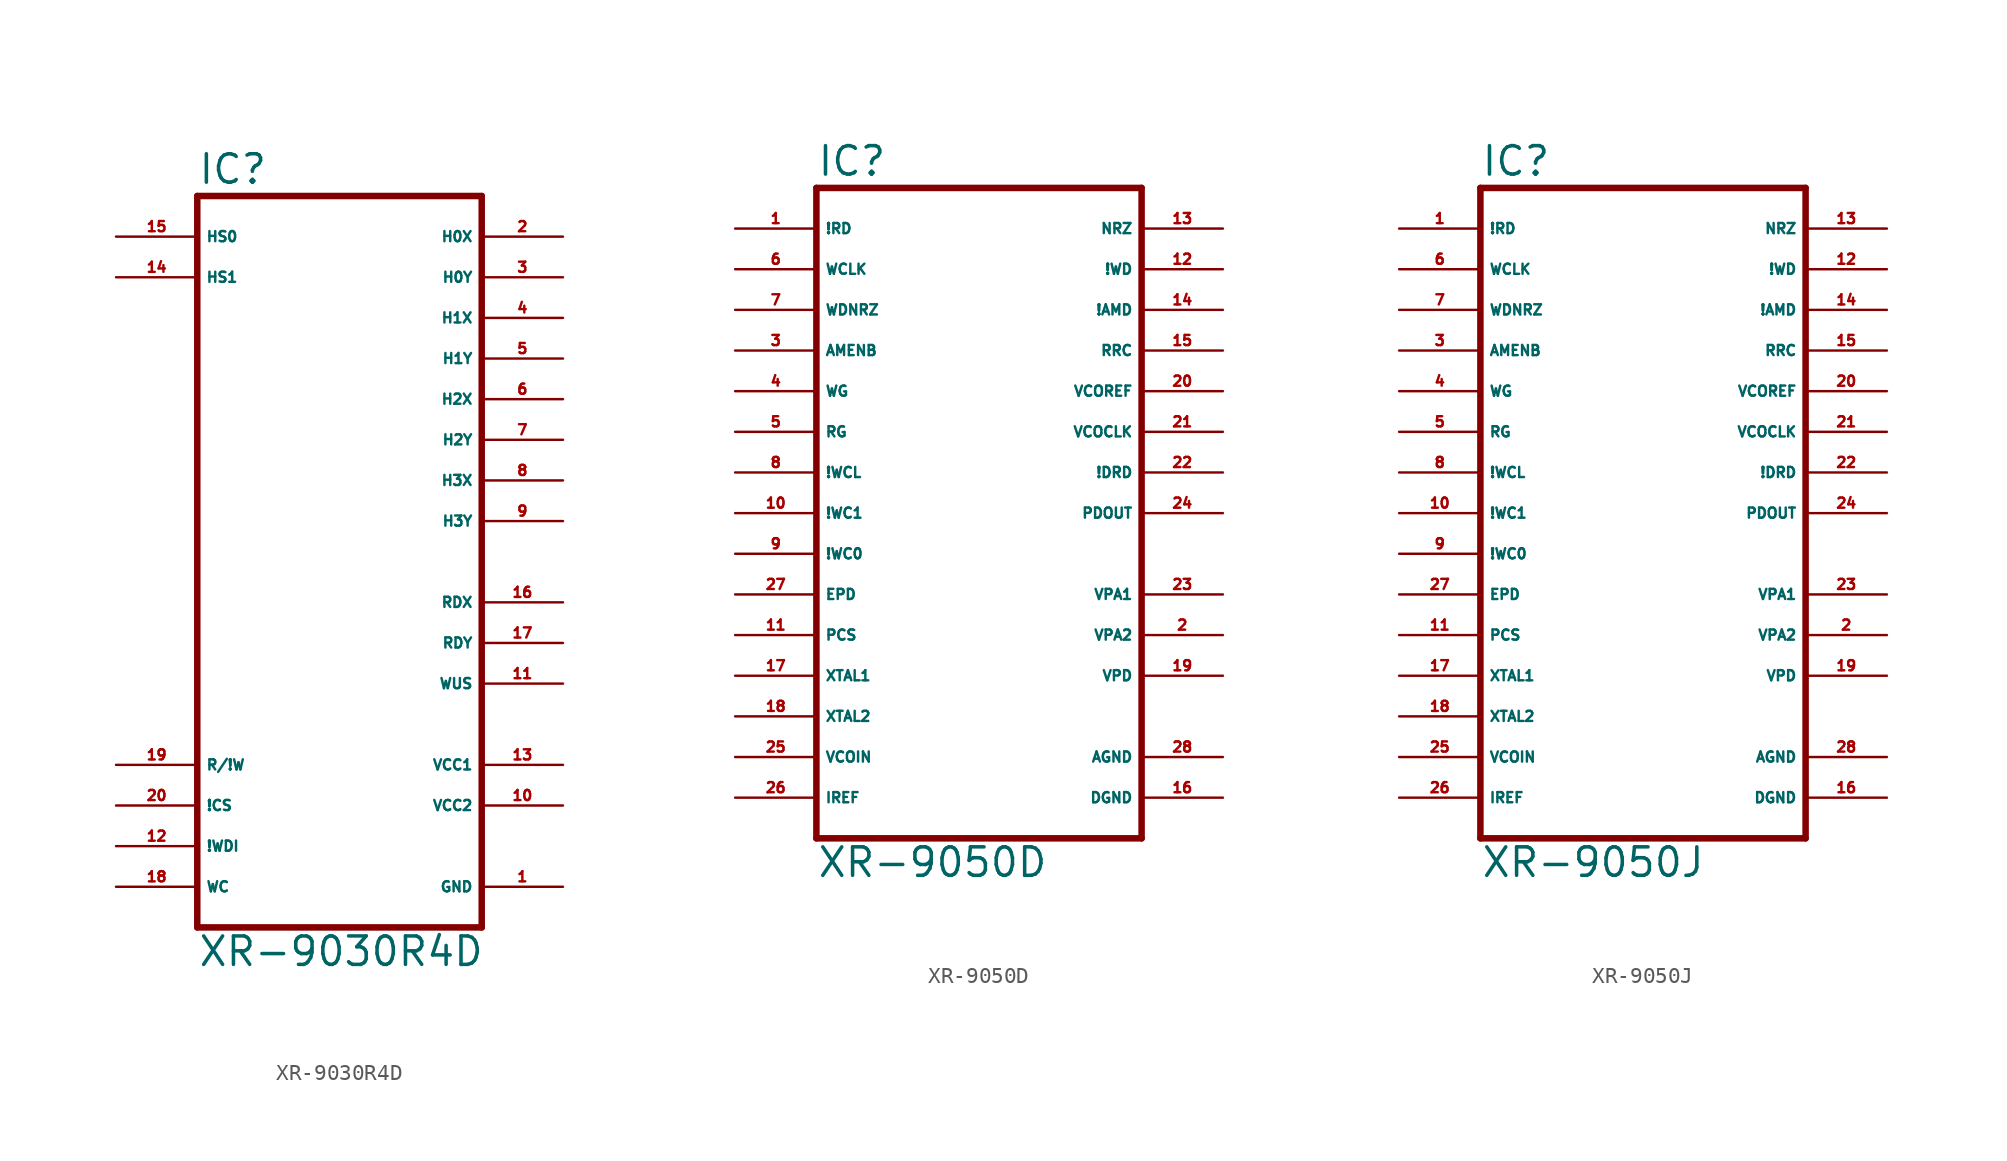
<source format=kicad_sym>
(kicad_symbol_lib
  (version 20220914)
  (generator Eagle2Kicad)
  (symbol "XR-9030R4D"
    (property "Reference" "IC"
      (at -7.62 26.035 0)
      (effects (font (size 1.778 1.778) (thickness 0.22)) (justify left bottom)))
    (property "Value" "XR-9030R4D"
      (at -7.62 -22.86 0)
      (effects (font (size 1.778 1.778) (thickness 0.22)) (justify left bottom)))
    (polyline
      (pts (xy 10.16 -20.32) (xy -7.62 -20.32))
      (stroke (width 0.406) (type default))
      (fill (type none)))
    (polyline
      (pts (xy -7.62 -20.32) (xy -7.62 25.4))
      (stroke (width 0.406) (type default))
      (fill (type none)))
    (polyline
      (pts (xy -7.62 25.4) (xy 10.16 25.4))
      (stroke (width 0.406) (type default))
      (fill (type none)))
    (polyline
      (pts (xy 10.16 25.4) (xy 10.16 -20.32))
      (stroke (width 0.406) (type default))
      (fill (type none)))
    (pin bidirectional line
      (at 15.24 22.86 180)
      (length 5.08)
      (name "H0X" (effects (font (size 0.635 0.635) (thickness 0.08)) (justify left bottom)))
      (number "2" (effects (font (size 0.635 0.635) (thickness 0.08)) (justify left bottom))))
    (pin bidirectional line
      (at 15.24 20.32 180)
      (length 5.08)
      (name "H0Y" (effects (font (size 0.635 0.635) (thickness 0.08)) (justify left bottom)))
      (number "3" (effects (font (size 0.635 0.635) (thickness 0.08)) (justify left bottom))))
    (pin bidirectional line
      (at 15.24 17.78 180)
      (length 5.08)
      (name "H1X" (effects (font (size 0.635 0.635) (thickness 0.08)) (justify left bottom)))
      (number "4" (effects (font (size 0.635 0.635) (thickness 0.08)) (justify left bottom))))
    (pin bidirectional line
      (at 15.24 15.24 180)
      (length 5.08)
      (name "H1Y" (effects (font (size 0.635 0.635) (thickness 0.08)) (justify left bottom)))
      (number "5" (effects (font (size 0.635 0.635) (thickness 0.08)) (justify left bottom))))
    (pin bidirectional line
      (at 15.24 12.7 180)
      (length 5.08)
      (name "H2X" (effects (font (size 0.635 0.635) (thickness 0.08)) (justify left bottom)))
      (number "6" (effects (font (size 0.635 0.635) (thickness 0.08)) (justify left bottom))))
    (pin bidirectional line
      (at 15.24 10.16 180)
      (length 5.08)
      (name "H2Y" (effects (font (size 0.635 0.635) (thickness 0.08)) (justify left bottom)))
      (number "7" (effects (font (size 0.635 0.635) (thickness 0.08)) (justify left bottom))))
    (pin bidirectional line
      (at 15.24 7.62 180)
      (length 5.08)
      (name "H3X" (effects (font (size 0.635 0.635) (thickness 0.08)) (justify left bottom)))
      (number "8" (effects (font (size 0.635 0.635) (thickness 0.08)) (justify left bottom))))
    (pin bidirectional line
      (at 15.24 5.08 180)
      (length 5.08)
      (name "H3Y" (effects (font (size 0.635 0.635) (thickness 0.08)) (justify left bottom)))
      (number "9" (effects (font (size 0.635 0.635) (thickness 0.08)) (justify left bottom))))
    (pin input line
      (at -12.7 22.86 0)
      (length 5.08)
      (name "HS0" (effects (font (size 0.635 0.635) (thickness 0.08)) (justify left bottom)))
      (number "15" (effects (font (size 0.635 0.635) (thickness 0.08)) (justify left bottom))))
    (pin input line
      (at -12.7 20.32 0)
      (length 5.08)
      (name "HS1" (effects (font (size 0.635 0.635) (thickness 0.08)) (justify left bottom)))
      (number "14" (effects (font (size 0.635 0.635) (thickness 0.08)) (justify left bottom))))
    (pin input line
      (at -12.7 -12.7 0)
      (length 5.08)
      (name "!CS" (effects (font (size 0.635 0.635) (thickness 0.08)) (justify left bottom)))
      (number "20" (effects (font (size 0.635 0.635) (thickness 0.08)) (justify left bottom))))
    (pin input line
      (at -12.7 -10.16 0)
      (length 5.08)
      (name "R/!W" (effects (font (size 0.635 0.635) (thickness 0.08)) (justify left bottom)))
      (number "19" (effects (font (size 0.635 0.635) (thickness 0.08)) (justify left bottom))))
    (pin input line
      (at -12.7 -15.24 0)
      (length 5.08)
      (name "!WDI" (effects (font (size 0.635 0.635) (thickness 0.08)) (justify left bottom)))
      (number "12" (effects (font (size 0.635 0.635) (thickness 0.08)) (justify left bottom))))
    (pin output line
      (at 15.24 0 180)
      (length 5.08)
      (name "RDX" (effects (font (size 0.635 0.635) (thickness 0.08)) (justify left bottom)))
      (number "16" (effects (font (size 0.635 0.635) (thickness 0.08)) (justify left bottom))))
    (pin output line
      (at 15.24 -2.54 180)
      (length 5.08)
      (name "RDY" (effects (font (size 0.635 0.635) (thickness 0.08)) (justify left bottom)))
      (number "17" (effects (font (size 0.635 0.635) (thickness 0.08)) (justify left bottom))))
    (pin output line
      (at 15.24 -5.08 180)
      (length 5.08)
      (name "WUS" (effects (font (size 0.635 0.635) (thickness 0.08)) (justify left bottom)))
      (number "11" (effects (font (size 0.635 0.635) (thickness 0.08)) (justify left bottom))))
    (pin input line
      (at -12.7 -17.78 0)
      (length 5.08)
      (name "WC" (effects (font (size 0.635 0.635) (thickness 0.08)) (justify left bottom)))
      (number "18" (effects (font (size 0.635 0.635) (thickness 0.08)) (justify left bottom))))
    (pin unspecified line
      (at 15.24 -10.16 180)
      (length 5.08)
      (name "VCC1" (effects (font (size 0.635 0.635) (thickness 0.08)) (justify left bottom)))
      (number "13" (effects (font (size 0.635 0.635) (thickness 0.08)) (justify left bottom))))
    (pin unspecified line
      (at 15.24 -12.7 180)
      (length 5.08)
      (name "VCC2" (effects (font (size 0.635 0.635) (thickness 0.08)) (justify left bottom)))
      (number "10" (effects (font (size 0.635 0.635) (thickness 0.08)) (justify left bottom))))
    (pin unspecified line
      (at 15.24 -17.78 180)
      (length 5.08)
      (name "GND" (effects (font (size 0.635 0.635) (thickness 0.08)) (justify left bottom)))
      (number "1" (effects (font (size 0.635 0.635) (thickness 0.08)) (justify left bottom)))))
  (symbol "XR-9050D"
    (property "Reference" "IC"
      (at -10.16 20.955 0)
      (effects (font (size 1.778 1.778) (thickness 0.22)) (justify left bottom)))
    (property "Value" "XR-9050D"
      (at -10.16 -22.86 0)
      (effects (font (size 1.778 1.778) (thickness 0.22)) (justify left bottom)))
    (polyline
      (pts (xy -10.16 -20.32) (xy 10.16 -20.32))
      (stroke (width 0.406) (type default))
      (fill (type none)))
    (polyline
      (pts (xy 10.16 -20.32) (xy 10.16 20.32))
      (stroke (width 0.406) (type default))
      (fill (type none)))
    (polyline
      (pts (xy 10.16 20.32) (xy -10.16 20.32))
      (stroke (width 0.406) (type default))
      (fill (type none)))
    (polyline
      (pts (xy -10.16 20.32) (xy -10.16 -20.32))
      (stroke (width 0.406) (type default))
      (fill (type none)))
    (pin input line
      (at -15.24 17.78 0)
      (length 5.08)
      (name "!RD" (effects (font (size 0.635 0.635) (thickness 0.08)) (justify left bottom)))
      (number "1" (effects (font (size 0.635 0.635) (thickness 0.08)) (justify left bottom))))
    (pin input line
      (at -15.24 15.24 0)
      (length 5.08)
      (name "WCLK" (effects (font (size 0.635 0.635) (thickness 0.08)) (justify left bottom)))
      (number "6" (effects (font (size 0.635 0.635) (thickness 0.08)) (justify left bottom))))
    (pin input line
      (at -15.24 12.7 0)
      (length 5.08)
      (name "WDNRZ" (effects (font (size 0.635 0.635) (thickness 0.08)) (justify left bottom)))
      (number "7" (effects (font (size 0.635 0.635) (thickness 0.08)) (justify left bottom))))
    (pin input line
      (at -15.24 10.16 0)
      (length 5.08)
      (name "AMENB" (effects (font (size 0.635 0.635) (thickness 0.08)) (justify left bottom)))
      (number "3" (effects (font (size 0.635 0.635) (thickness 0.08)) (justify left bottom))))
    (pin input line
      (at -15.24 7.62 0)
      (length 5.08)
      (name "WG" (effects (font (size 0.635 0.635) (thickness 0.08)) (justify left bottom)))
      (number "4" (effects (font (size 0.635 0.635) (thickness 0.08)) (justify left bottom))))
    (pin input line
      (at -15.24 5.08 0)
      (length 5.08)
      (name "RG" (effects (font (size 0.635 0.635) (thickness 0.08)) (justify left bottom)))
      (number "5" (effects (font (size 0.635 0.635) (thickness 0.08)) (justify left bottom))))
    (pin input line
      (at -15.24 2.54 0)
      (length 5.08)
      (name "!WCL" (effects (font (size 0.635 0.635) (thickness 0.08)) (justify left bottom)))
      (number "8" (effects (font (size 0.635 0.635) (thickness 0.08)) (justify left bottom))))
    (pin input line
      (at -15.24 0 0)
      (length 5.08)
      (name "!WC1" (effects (font (size 0.635 0.635) (thickness 0.08)) (justify left bottom)))
      (number "10" (effects (font (size 0.635 0.635) (thickness 0.08)) (justify left bottom))))
    (pin input line
      (at -15.24 -2.54 0)
      (length 5.08)
      (name "!WC0" (effects (font (size 0.635 0.635) (thickness 0.08)) (justify left bottom)))
      (number "9" (effects (font (size 0.635 0.635) (thickness 0.08)) (justify left bottom))))
    (pin input line
      (at -15.24 -5.08 0)
      (length 5.08)
      (name "EPD" (effects (font (size 0.635 0.635) (thickness 0.08)) (justify left bottom)))
      (number "27" (effects (font (size 0.635 0.635) (thickness 0.08)) (justify left bottom))))
    (pin input line
      (at -15.24 -7.62 0)
      (length 5.08)
      (name "PCS" (effects (font (size 0.635 0.635) (thickness 0.08)) (justify left bottom)))
      (number "11" (effects (font (size 0.635 0.635) (thickness 0.08)) (justify left bottom))))
    (pin input line
      (at -15.24 -10.16 0)
      (length 5.08)
      (name "XTAL1" (effects (font (size 0.635 0.635) (thickness 0.08)) (justify left bottom)))
      (number "17" (effects (font (size 0.635 0.635) (thickness 0.08)) (justify left bottom))))
    (pin input line
      (at -15.24 -12.7 0)
      (length 5.08)
      (name "XTAL2" (effects (font (size 0.635 0.635) (thickness 0.08)) (justify left bottom)))
      (number "18" (effects (font (size 0.635 0.635) (thickness 0.08)) (justify left bottom))))
    (pin input line
      (at -15.24 -15.24 0)
      (length 5.08)
      (name "VCOIN" (effects (font (size 0.635 0.635) (thickness 0.08)) (justify left bottom)))
      (number "25" (effects (font (size 0.635 0.635) (thickness 0.08)) (justify left bottom))))
    (pin input line
      (at -15.24 -17.78 0)
      (length 5.08)
      (name "IREF" (effects (font (size 0.635 0.635) (thickness 0.08)) (justify left bottom)))
      (number "26" (effects (font (size 0.635 0.635) (thickness 0.08)) (justify left bottom))))
    (pin output line
      (at 15.24 15.24 180)
      (length 5.08)
      (name "!WD" (effects (font (size 0.635 0.635) (thickness 0.08)) (justify left bottom)))
      (number "12" (effects (font (size 0.635 0.635) (thickness 0.08)) (justify left bottom))))
    (pin bidirectional line
      (at 15.24 17.78 180)
      (length 5.08)
      (name "NRZ" (effects (font (size 0.635 0.635) (thickness 0.08)) (justify left bottom)))
      (number "13" (effects (font (size 0.635 0.635) (thickness 0.08)) (justify left bottom))))
    (pin output line
      (at 15.24 12.7 180)
      (length 5.08)
      (name "!AMD" (effects (font (size 0.635 0.635) (thickness 0.08)) (justify left bottom)))
      (number "14" (effects (font (size 0.635 0.635) (thickness 0.08)) (justify left bottom))))
    (pin output line
      (at 15.24 10.16 180)
      (length 5.08)
      (name "RRC" (effects (font (size 0.635 0.635) (thickness 0.08)) (justify left bottom)))
      (number "15" (effects (font (size 0.635 0.635) (thickness 0.08)) (justify left bottom))))
    (pin output line
      (at 15.24 7.62 180)
      (length 5.08)
      (name "VCOREF" (effects (font (size 0.635 0.635) (thickness 0.08)) (justify left bottom)))
      (number "20" (effects (font (size 0.635 0.635) (thickness 0.08)) (justify left bottom))))
    (pin output line
      (at 15.24 5.08 180)
      (length 5.08)
      (name "VCOCLK" (effects (font (size 0.635 0.635) (thickness 0.08)) (justify left bottom)))
      (number "21" (effects (font (size 0.635 0.635) (thickness 0.08)) (justify left bottom))))
    (pin output line
      (at 15.24 2.54 180)
      (length 5.08)
      (name "!DRD" (effects (font (size 0.635 0.635) (thickness 0.08)) (justify left bottom)))
      (number "22" (effects (font (size 0.635 0.635) (thickness 0.08)) (justify left bottom))))
    (pin unspecified line
      (at 15.24 -17.78 180)
      (length 5.08)
      (name "DGND" (effects (font (size 0.635 0.635) (thickness 0.08)) (justify left bottom)))
      (number "16" (effects (font (size 0.635 0.635) (thickness 0.08)) (justify left bottom))))
    (pin unspecified line
      (at 15.24 -15.24 180)
      (length 5.08)
      (name "AGND" (effects (font (size 0.635 0.635) (thickness 0.08)) (justify left bottom)))
      (number "28" (effects (font (size 0.635 0.635) (thickness 0.08)) (justify left bottom))))
    (pin unspecified line
      (at 15.24 -10.16 180)
      (length 5.08)
      (name "VPD" (effects (font (size 0.635 0.635) (thickness 0.08)) (justify left bottom)))
      (number "19" (effects (font (size 0.635 0.635) (thickness 0.08)) (justify left bottom))))
    (pin unspecified line
      (at 15.24 -7.62 180)
      (length 5.08)
      (name "VPA2" (effects (font (size 0.635 0.635) (thickness 0.08)) (justify left bottom)))
      (number "2" (effects (font (size 0.635 0.635) (thickness 0.08)) (justify left bottom))))
    (pin unspecified line
      (at 15.24 -5.08 180)
      (length 5.08)
      (name "VPA1" (effects (font (size 0.635 0.635) (thickness 0.08)) (justify left bottom)))
      (number "23" (effects (font (size 0.635 0.635) (thickness 0.08)) (justify left bottom))))
    (pin output line
      (at 15.24 0 180)
      (length 5.08)
      (name "PDOUT" (effects (font (size 0.635 0.635) (thickness 0.08)) (justify left bottom)))
      (number "24" (effects (font (size 0.635 0.635) (thickness 0.08)) (justify left bottom)))))
  (symbol "XR-9050J"
    (property "Reference" "IC"
      (at -10.16 20.955 0)
      (effects (font (size 1.778 1.778) (thickness 0.22)) (justify left bottom)))
    (property "Value" "XR-9050J"
      (at -10.16 -22.86 0)
      (effects (font (size 1.778 1.778) (thickness 0.22)) (justify left bottom)))
    (polyline
      (pts (xy -10.16 -20.32) (xy 10.16 -20.32))
      (stroke (width 0.406) (type default))
      (fill (type none)))
    (polyline
      (pts (xy 10.16 -20.32) (xy 10.16 20.32))
      (stroke (width 0.406) (type default))
      (fill (type none)))
    (polyline
      (pts (xy 10.16 20.32) (xy -10.16 20.32))
      (stroke (width 0.406) (type default))
      (fill (type none)))
    (polyline
      (pts (xy -10.16 20.32) (xy -10.16 -20.32))
      (stroke (width 0.406) (type default))
      (fill (type none)))
    (pin input line
      (at -15.24 17.78 0)
      (length 5.08)
      (name "!RD" (effects (font (size 0.635 0.635) (thickness 0.08)) (justify left bottom)))
      (number "1" (effects (font (size 0.635 0.635) (thickness 0.08)) (justify left bottom))))
    (pin input line
      (at -15.24 15.24 0)
      (length 5.08)
      (name "WCLK" (effects (font (size 0.635 0.635) (thickness 0.08)) (justify left bottom)))
      (number "6" (effects (font (size 0.635 0.635) (thickness 0.08)) (justify left bottom))))
    (pin input line
      (at -15.24 12.7 0)
      (length 5.08)
      (name "WDNRZ" (effects (font (size 0.635 0.635) (thickness 0.08)) (justify left bottom)))
      (number "7" (effects (font (size 0.635 0.635) (thickness 0.08)) (justify left bottom))))
    (pin input line
      (at -15.24 10.16 0)
      (length 5.08)
      (name "AMENB" (effects (font (size 0.635 0.635) (thickness 0.08)) (justify left bottom)))
      (number "3" (effects (font (size 0.635 0.635) (thickness 0.08)) (justify left bottom))))
    (pin input line
      (at -15.24 7.62 0)
      (length 5.08)
      (name "WG" (effects (font (size 0.635 0.635) (thickness 0.08)) (justify left bottom)))
      (number "4" (effects (font (size 0.635 0.635) (thickness 0.08)) (justify left bottom))))
    (pin input line
      (at -15.24 5.08 0)
      (length 5.08)
      (name "RG" (effects (font (size 0.635 0.635) (thickness 0.08)) (justify left bottom)))
      (number "5" (effects (font (size 0.635 0.635) (thickness 0.08)) (justify left bottom))))
    (pin input line
      (at -15.24 2.54 0)
      (length 5.08)
      (name "!WCL" (effects (font (size 0.635 0.635) (thickness 0.08)) (justify left bottom)))
      (number "8" (effects (font (size 0.635 0.635) (thickness 0.08)) (justify left bottom))))
    (pin input line
      (at -15.24 0 0)
      (length 5.08)
      (name "!WC1" (effects (font (size 0.635 0.635) (thickness 0.08)) (justify left bottom)))
      (number "10" (effects (font (size 0.635 0.635) (thickness 0.08)) (justify left bottom))))
    (pin input line
      (at -15.24 -2.54 0)
      (length 5.08)
      (name "!WC0" (effects (font (size 0.635 0.635) (thickness 0.08)) (justify left bottom)))
      (number "9" (effects (font (size 0.635 0.635) (thickness 0.08)) (justify left bottom))))
    (pin input line
      (at -15.24 -5.08 0)
      (length 5.08)
      (name "EPD" (effects (font (size 0.635 0.635) (thickness 0.08)) (justify left bottom)))
      (number "27" (effects (font (size 0.635 0.635) (thickness 0.08)) (justify left bottom))))
    (pin input line
      (at -15.24 -7.62 0)
      (length 5.08)
      (name "PCS" (effects (font (size 0.635 0.635) (thickness 0.08)) (justify left bottom)))
      (number "11" (effects (font (size 0.635 0.635) (thickness 0.08)) (justify left bottom))))
    (pin input line
      (at -15.24 -10.16 0)
      (length 5.08)
      (name "XTAL1" (effects (font (size 0.635 0.635) (thickness 0.08)) (justify left bottom)))
      (number "17" (effects (font (size 0.635 0.635) (thickness 0.08)) (justify left bottom))))
    (pin input line
      (at -15.24 -12.7 0)
      (length 5.08)
      (name "XTAL2" (effects (font (size 0.635 0.635) (thickness 0.08)) (justify left bottom)))
      (number "18" (effects (font (size 0.635 0.635) (thickness 0.08)) (justify left bottom))))
    (pin input line
      (at -15.24 -15.24 0)
      (length 5.08)
      (name "VCOIN" (effects (font (size 0.635 0.635) (thickness 0.08)) (justify left bottom)))
      (number "25" (effects (font (size 0.635 0.635) (thickness 0.08)) (justify left bottom))))
    (pin input line
      (at -15.24 -17.78 0)
      (length 5.08)
      (name "IREF" (effects (font (size 0.635 0.635) (thickness 0.08)) (justify left bottom)))
      (number "26" (effects (font (size 0.635 0.635) (thickness 0.08)) (justify left bottom))))
    (pin output line
      (at 15.24 15.24 180)
      (length 5.08)
      (name "!WD" (effects (font (size 0.635 0.635) (thickness 0.08)) (justify left bottom)))
      (number "12" (effects (font (size 0.635 0.635) (thickness 0.08)) (justify left bottom))))
    (pin bidirectional line
      (at 15.24 17.78 180)
      (length 5.08)
      (name "NRZ" (effects (font (size 0.635 0.635) (thickness 0.08)) (justify left bottom)))
      (number "13" (effects (font (size 0.635 0.635) (thickness 0.08)) (justify left bottom))))
    (pin output line
      (at 15.24 12.7 180)
      (length 5.08)
      (name "!AMD" (effects (font (size 0.635 0.635) (thickness 0.08)) (justify left bottom)))
      (number "14" (effects (font (size 0.635 0.635) (thickness 0.08)) (justify left bottom))))
    (pin output line
      (at 15.24 10.16 180)
      (length 5.08)
      (name "RRC" (effects (font (size 0.635 0.635) (thickness 0.08)) (justify left bottom)))
      (number "15" (effects (font (size 0.635 0.635) (thickness 0.08)) (justify left bottom))))
    (pin output line
      (at 15.24 7.62 180)
      (length 5.08)
      (name "VCOREF" (effects (font (size 0.635 0.635) (thickness 0.08)) (justify left bottom)))
      (number "20" (effects (font (size 0.635 0.635) (thickness 0.08)) (justify left bottom))))
    (pin output line
      (at 15.24 5.08 180)
      (length 5.08)
      (name "VCOCLK" (effects (font (size 0.635 0.635) (thickness 0.08)) (justify left bottom)))
      (number "21" (effects (font (size 0.635 0.635) (thickness 0.08)) (justify left bottom))))
    (pin output line
      (at 15.24 2.54 180)
      (length 5.08)
      (name "!DRD" (effects (font (size 0.635 0.635) (thickness 0.08)) (justify left bottom)))
      (number "22" (effects (font (size 0.635 0.635) (thickness 0.08)) (justify left bottom))))
    (pin unspecified line
      (at 15.24 -17.78 180)
      (length 5.08)
      (name "DGND" (effects (font (size 0.635 0.635) (thickness 0.08)) (justify left bottom)))
      (number "16" (effects (font (size 0.635 0.635) (thickness 0.08)) (justify left bottom))))
    (pin unspecified line
      (at 15.24 -15.24 180)
      (length 5.08)
      (name "AGND" (effects (font (size 0.635 0.635) (thickness 0.08)) (justify left bottom)))
      (number "28" (effects (font (size 0.635 0.635) (thickness 0.08)) (justify left bottom))))
    (pin unspecified line
      (at 15.24 -10.16 180)
      (length 5.08)
      (name "VPD" (effects (font (size 0.635 0.635) (thickness 0.08)) (justify left bottom)))
      (number "19" (effects (font (size 0.635 0.635) (thickness 0.08)) (justify left bottom))))
    (pin unspecified line
      (at 15.24 -7.62 180)
      (length 5.08)
      (name "VPA2" (effects (font (size 0.635 0.635) (thickness 0.08)) (justify left bottom)))
      (number "2" (effects (font (size 0.635 0.635) (thickness 0.08)) (justify left bottom))))
    (pin unspecified line
      (at 15.24 -5.08 180)
      (length 5.08)
      (name "VPA1" (effects (font (size 0.635 0.635) (thickness 0.08)) (justify left bottom)))
      (number "23" (effects (font (size 0.635 0.635) (thickness 0.08)) (justify left bottom))))
    (pin output line
      (at 15.24 0 180)
      (length 5.08)
      (name "PDOUT" (effects (font (size 0.635 0.635) (thickness 0.08)) (justify left bottom)))
      (number "24" (effects (font (size 0.635 0.635) (thickness 0.08)) (justify left bottom))))))
</source>
